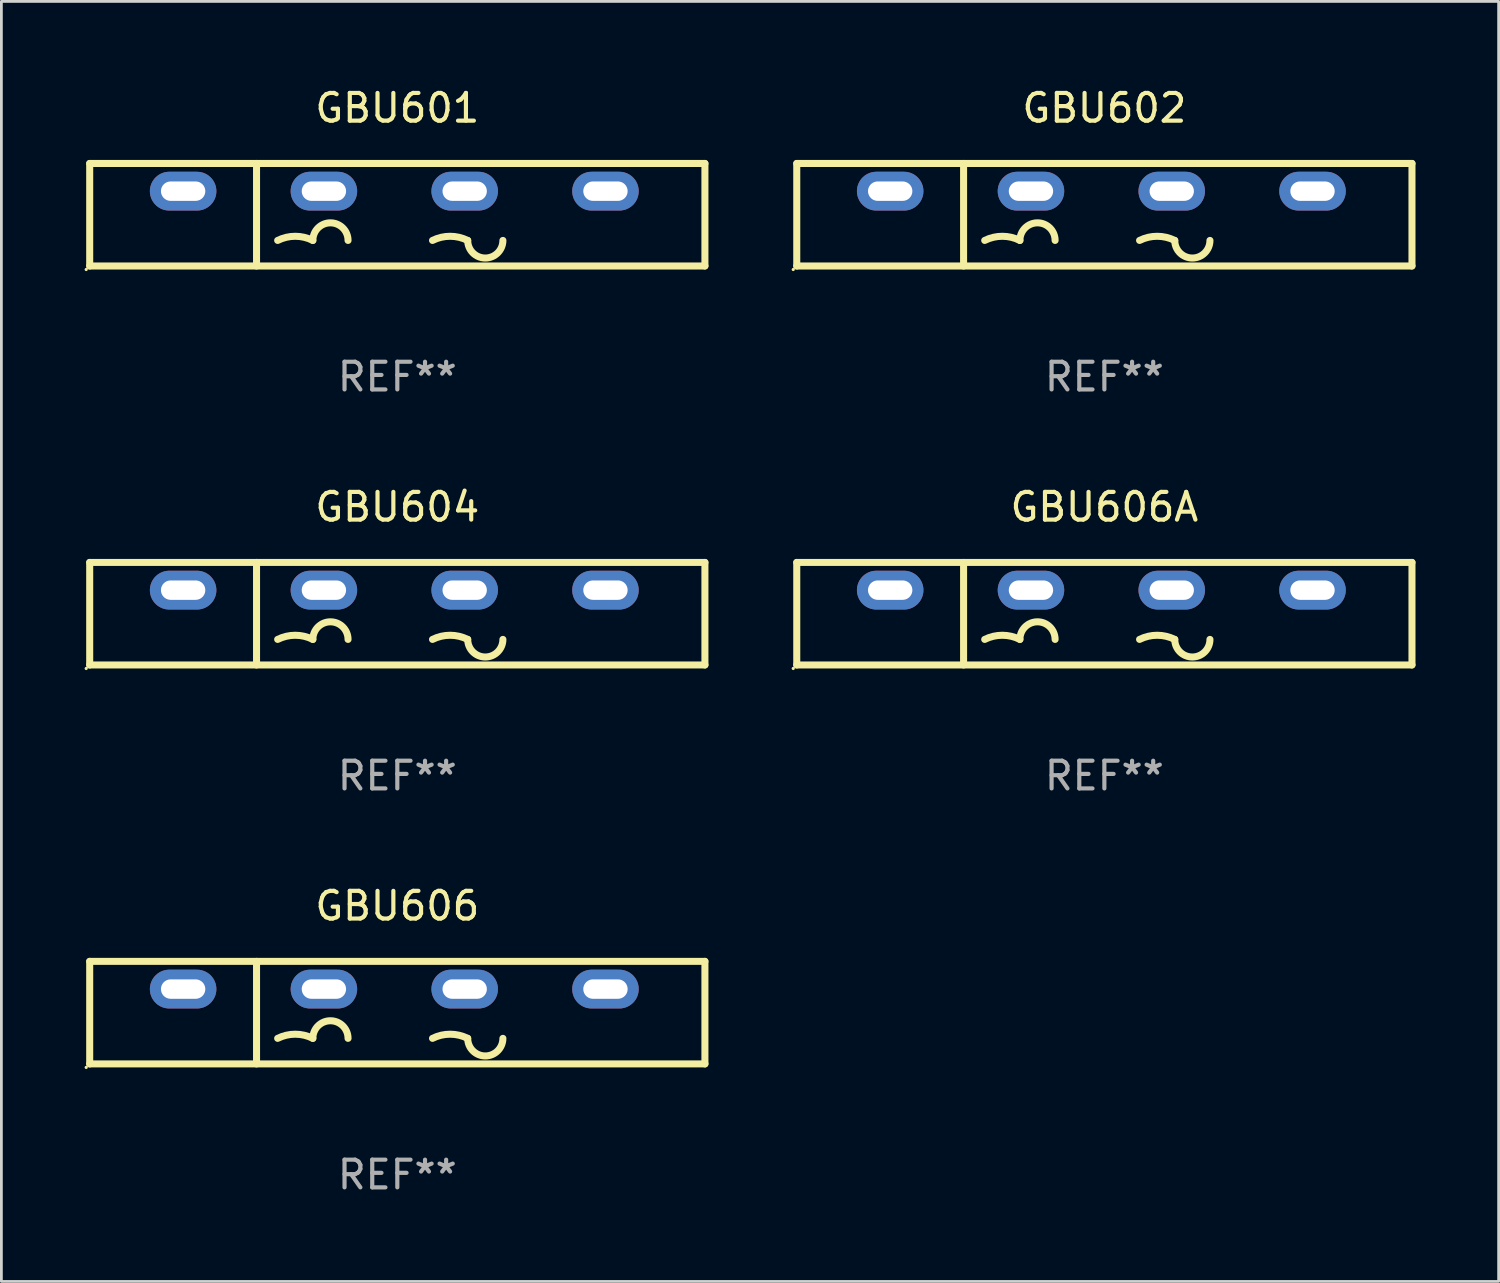
<source format=kicad_pcb>
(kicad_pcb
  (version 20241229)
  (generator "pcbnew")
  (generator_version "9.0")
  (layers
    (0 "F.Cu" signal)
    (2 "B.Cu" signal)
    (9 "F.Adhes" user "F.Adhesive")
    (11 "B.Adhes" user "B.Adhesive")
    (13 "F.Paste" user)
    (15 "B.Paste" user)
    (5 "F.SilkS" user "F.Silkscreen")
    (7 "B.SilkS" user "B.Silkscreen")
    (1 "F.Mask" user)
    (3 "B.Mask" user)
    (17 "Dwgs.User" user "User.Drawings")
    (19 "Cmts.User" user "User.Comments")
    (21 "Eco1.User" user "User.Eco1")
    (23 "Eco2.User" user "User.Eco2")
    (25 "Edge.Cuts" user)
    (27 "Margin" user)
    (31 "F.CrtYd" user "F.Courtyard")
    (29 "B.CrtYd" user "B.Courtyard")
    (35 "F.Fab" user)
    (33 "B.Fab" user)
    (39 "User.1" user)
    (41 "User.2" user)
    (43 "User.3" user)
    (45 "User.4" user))
  (footprint "GBU601"
    (layer "F.Cu")
    (at 11.287 4.698)
    (property "Reference" "GBU601" (at 0 -3.85 0) (layer "F.SilkS") (effects (font (size 1 1) (thickness 0.15))))
    (attr through_hole)
    (fp_line (start -11.1 -1.85) (end 11.1 -1.85) (stroke (width 0.254) (type solid)) (layer "F.SilkS"))
    (fp_line (start -11.1 1.85) (end -11.1 -1.85) (stroke (width 0.254) (type solid)) (layer "F.SilkS"))
    (fp_line (start -5.08 -1.85) (end -5.08 1.85) (stroke (width 0.254) (type solid)) (layer "F.SilkS"))
    (fp_line (start 11.1 -1.85) (end 11.1 1.85) (stroke (width 0.254) (type solid)) (layer "F.SilkS"))
    (fp_line (start 11.1 1.85) (end -11.1 1.85) (stroke (width 0.254) (type solid)) (layer "F.SilkS"))
    (fp_arc (start -4.318009 0.927991) (mid -3.683008 0.778087) (end -3.048007 0.92799) (stroke (width 0.254001) (type solid)) (layer "F.SilkS"))
    (fp_arc (start -3.048006 0.927991) (mid -2.413005 0.29299) (end -1.778004 0.927991) (stroke (width 0.254001) (type solid)) (layer "F.SilkS"))
    (fp_arc (start 1.270003 0.927991) (mid 1.905004 0.778088) (end 2.540005 0.927991) (stroke (width 0.254001) (type solid)) (layer "F.SilkS"))
    (fp_arc (start 3.810008 0.927991) (mid 3.175006 1.562993) (end 2.540004 0.927991) (stroke (width 0.254001) (type solid)) (layer "F.SilkS"))
    (fp_circle (center -11.227 1.977) (end -11.197 1.977) (stroke (width 0.06) (type solid)) (fill no) (layer "F.SilkS"))
    (fp_text user "+" (at -8.549 0.85 0) (layer "B.Mask") (effects (font (size 1 1) (thickness 0.15))))
    (fp_text user "-" (at 6.751 0.85 0) (layer "B.Mask") (effects (font (size 1 1) (thickness 0.15))))
    (fp_text user "REF**" (at 0 5.85 0) (layer "F.Fab") (effects (font (size 1 1) (thickness 0.15))))
    (pad "1" thru_hole oval (at -7.729 -0.85 180) (size 2.4 1.4) (drill oval 1.6 0.7) (layers "*.Cu" "*.Mask"))
    (pad "2" thru_hole oval (at -2.649 -0.85 180) (size 2.4 1.4) (drill oval 1.6 0.7) (layers "*.Cu" "*.Mask"))
    (pad "3" thru_hole oval (at 2.431 -0.85 180) (size 2.4 1.4) (drill oval 1.6 0.7) (layers "*.Cu" "*.Mask"))
    (pad "4" thru_hole oval (at 7.511 -0.85 180) (size 2.4 1.4) (drill oval 1.6 0.7) (layers "*.Cu" "*.Mask")))
  (footprint "GBU604"
    (layer "F.Cu")
    (at 11.287 19.095)
    (property "Reference" "GBU604" (at 0 -3.85 0) (layer "F.SilkS") (effects (font (size 1 1) (thickness 0.15))))
    (attr through_hole)
    (fp_line (start -11.1 -1.85) (end 11.1 -1.85) (stroke (width 0.254) (type solid)) (layer "F.SilkS"))
    (fp_line (start -11.1 1.85) (end -11.1 -1.85) (stroke (width 0.254) (type solid)) (layer "F.SilkS"))
    (fp_line (start -5.08 -1.85) (end -5.08 1.85) (stroke (width 0.254) (type solid)) (layer "F.SilkS"))
    (fp_line (start 11.1 -1.85) (end 11.1 1.85) (stroke (width 0.254) (type solid)) (layer "F.SilkS"))
    (fp_line (start 11.1 1.85) (end -11.1 1.85) (stroke (width 0.254) (type solid)) (layer "F.SilkS"))
    (fp_arc (start -4.318009 0.927991) (mid -3.683008 0.778087) (end -3.048007 0.92799) (stroke (width 0.254001) (type solid)) (layer "F.SilkS"))
    (fp_arc (start -3.048006 0.927991) (mid -2.413005 0.29299) (end -1.778004 0.927991) (stroke (width 0.254001) (type solid)) (layer "F.SilkS"))
    (fp_arc (start 1.270003 0.927991) (mid 1.905004 0.778088) (end 2.540005 0.927991) (stroke (width 0.254001) (type solid)) (layer "F.SilkS"))
    (fp_arc (start 3.810008 0.927991) (mid 3.175006 1.562993) (end 2.540004 0.927991) (stroke (width 0.254001) (type solid)) (layer "F.SilkS"))
    (fp_circle (center -11.227 1.977) (end -11.197 1.977) (stroke (width 0.06) (type solid)) (fill no) (layer "F.SilkS"))
    (fp_text user "+" (at -8.549 0.85 0) (layer "B.Mask") (effects (font (size 1 1) (thickness 0.15))))
    (fp_text user "-" (at 6.751 0.85 0) (layer "B.Mask") (effects (font (size 1 1) (thickness 0.15))))
    (fp_text user "REF**" (at 0 5.85 0) (layer "F.Fab") (effects (font (size 1 1) (thickness 0.15))))
    (pad "1" thru_hole oval (at -7.729 -0.85 180) (size 2.4 1.4) (drill oval 1.6 0.7) (layers "*.Cu" "*.Mask"))
    (pad "2" thru_hole oval (at -2.649 -0.85 180) (size 2.4 1.4) (drill oval 1.6 0.7) (layers "*.Cu" "*.Mask"))
    (pad "3" thru_hole oval (at 2.431 -0.85 180) (size 2.4 1.4) (drill oval 1.6 0.7) (layers "*.Cu" "*.Mask"))
    (pad "4" thru_hole oval (at 7.511 -0.85 180) (size 2.4 1.4) (drill oval 1.6 0.7) (layers "*.Cu" "*.Mask")))
  (footprint "GBU606A"
    (layer "F.Cu")
    (at 36.801 19.095)
    (property "Reference" "GBU606A" (at 0 -3.85 0) (layer "F.SilkS") (effects (font (size 1 1) (thickness 0.15))))
    (attr through_hole)
    (fp_line (start -11.1 -1.85) (end 11.1 -1.85) (stroke (width 0.254) (type solid)) (layer "F.SilkS"))
    (fp_line (start -11.1 1.85) (end -11.1 -1.85) (stroke (width 0.254) (type solid)) (layer "F.SilkS"))
    (fp_line (start -5.08 -1.85) (end -5.08 1.85) (stroke (width 0.254) (type solid)) (layer "F.SilkS"))
    (fp_line (start 11.1 -1.85) (end 11.1 1.85) (stroke (width 0.254) (type solid)) (layer "F.SilkS"))
    (fp_line (start 11.1 1.85) (end -11.1 1.85) (stroke (width 0.254) (type solid)) (layer "F.SilkS"))
    (fp_arc (start -4.318009 0.927991) (mid -3.683008 0.778087) (end -3.048007 0.92799) (stroke (width 0.254001) (type solid)) (layer "F.SilkS"))
    (fp_arc (start -3.048006 0.927991) (mid -2.413005 0.29299) (end -1.778004 0.927991) (stroke (width 0.254001) (type solid)) (layer "F.SilkS"))
    (fp_arc (start 1.270003 0.927991) (mid 1.905004 0.778088) (end 2.540005 0.927991) (stroke (width 0.254001) (type solid)) (layer "F.SilkS"))
    (fp_arc (start 3.810008 0.927991) (mid 3.175006 1.562993) (end 2.540004 0.927991) (stroke (width 0.254001) (type solid)) (layer "F.SilkS"))
    (fp_circle (center -11.227 1.977) (end -11.197 1.977) (stroke (width 0.06) (type solid)) (fill no) (layer "F.SilkS"))
    (fp_text user "-" (at 6.751 0.85 0) (layer "B.Mask") (effects (font (size 1 1) (thickness 0.15))))
    (fp_text user "+" (at -8.549 0.85 0) (layer "B.Mask") (effects (font (size 1 1) (thickness 0.15))))
    (fp_text user "REF**" (at 0 5.85 0) (layer "F.Fab") (effects (font (size 1 1) (thickness 0.15))))
    (pad "1" thru_hole oval (at -7.729 -0.85 180) (size 2.4 1.4) (drill oval 1.6 0.7) (layers "*.Cu" "*.Mask"))
    (pad "2" thru_hole oval (at -2.649 -0.85 180) (size 2.4 1.4) (drill oval 1.6 0.7) (layers "*.Cu" "*.Mask"))
    (pad "3" thru_hole oval (at 2.431 -0.85 180) (size 2.4 1.4) (drill oval 1.6 0.7) (layers "*.Cu" "*.Mask"))
    (pad "4" thru_hole oval (at 7.511 -0.85 180) (size 2.4 1.4) (drill oval 1.6 0.7) (layers "*.Cu" "*.Mask")))
  (footprint "GBU602"
    (layer "F.Cu")
    (at 36.801 4.698)
    (property "Reference" "GBU602" (at 0 -3.85 0) (layer "F.SilkS") (effects (font (size 1 1) (thickness 0.15))))
    (attr through_hole)
    (fp_line (start -11.1 -1.85) (end 11.1 -1.85) (stroke (width 0.254) (type solid)) (layer "F.SilkS"))
    (fp_line (start -11.1 1.85) (end -11.1 -1.85) (stroke (width 0.254) (type solid)) (layer "F.SilkS"))
    (fp_line (start -5.08 -1.85) (end -5.08 1.85) (stroke (width 0.254) (type solid)) (layer "F.SilkS"))
    (fp_line (start 11.1 -1.85) (end 11.1 1.85) (stroke (width 0.254) (type solid)) (layer "F.SilkS"))
    (fp_line (start 11.1 1.85) (end -11.1 1.85) (stroke (width 0.254) (type solid)) (layer "F.SilkS"))
    (fp_arc (start -4.318009 0.927991) (mid -3.683008 0.778087) (end -3.048007 0.92799) (stroke (width 0.254001) (type solid)) (layer "F.SilkS"))
    (fp_arc (start -3.048006 0.927991) (mid -2.413005 0.29299) (end -1.778004 0.927991) (stroke (width 0.254001) (type solid)) (layer "F.SilkS"))
    (fp_arc (start 1.270003 0.927991) (mid 1.905004 0.778088) (end 2.540005 0.927991) (stroke (width 0.254001) (type solid)) (layer "F.SilkS"))
    (fp_arc (start 3.810008 0.927991) (mid 3.175006 1.562993) (end 2.540004 0.927991) (stroke (width 0.254001) (type solid)) (layer "F.SilkS"))
    (fp_circle (center -11.227 1.977) (end -11.197 1.977) (stroke (width 0.06) (type solid)) (fill no) (layer "F.SilkS"))
    (fp_text user "-" (at 6.751 0.85 0) (layer "B.Mask") (effects (font (size 1 1) (thickness 0.15))))
    (fp_text user "+" (at -8.549 0.85 0) (layer "B.Mask") (effects (font (size 1 1) (thickness 0.15))))
    (fp_text user "REF**" (at 0 5.85 0) (layer "F.Fab") (effects (font (size 1 1) (thickness 0.15))))
    (pad "1" thru_hole oval (at -7.729 -0.85 180) (size 2.4 1.4) (drill oval 1.6 0.7) (layers "*.Cu" "*.Mask"))
    (pad "2" thru_hole oval (at -2.649 -0.85 180) (size 2.4 1.4) (drill oval 1.6 0.7) (layers "*.Cu" "*.Mask"))
    (pad "3" thru_hole oval (at 2.431 -0.85 180) (size 2.4 1.4) (drill oval 1.6 0.7) (layers "*.Cu" "*.Mask"))
    (pad "4" thru_hole oval (at 7.511 -0.85 180) (size 2.4 1.4) (drill oval 1.6 0.7) (layers "*.Cu" "*.Mask")))
  (footprint "GBU606"
    (layer "F.Cu")
    (at 11.287 33.491)
    (property "Reference" "GBU606" (at 0 -3.85 0) (layer "F.SilkS") (effects (font (size 1 1) (thickness 0.15))))
    (attr through_hole)
    (fp_line (start -11.1 -1.85) (end 11.1 -1.85) (stroke (width 0.254) (type solid)) (layer "F.SilkS"))
    (fp_line (start -11.1 1.85) (end -11.1 -1.85) (stroke (width 0.254) (type solid)) (layer "F.SilkS"))
    (fp_line (start -5.08 -1.85) (end -5.08 1.85) (stroke (width 0.254) (type solid)) (layer "F.SilkS"))
    (fp_line (start 11.1 -1.85) (end 11.1 1.85) (stroke (width 0.254) (type solid)) (layer "F.SilkS"))
    (fp_line (start 11.1 1.85) (end -11.1 1.85) (stroke (width 0.254) (type solid)) (layer "F.SilkS"))
    (fp_arc (start -4.318009 0.927991) (mid -3.683008 0.778087) (end -3.048007 0.92799) (stroke (width 0.254001) (type solid)) (layer "F.SilkS"))
    (fp_arc (start -3.048006 0.927991) (mid -2.413005 0.29299) (end -1.778004 0.927991) (stroke (width 0.254001) (type solid)) (layer "F.SilkS"))
    (fp_arc (start 1.270003 0.927991) (mid 1.905004 0.778088) (end 2.540005 0.927991) (stroke (width 0.254001) (type solid)) (layer "F.SilkS"))
    (fp_arc (start 3.810008 0.927991) (mid 3.175006 1.562993) (end 2.540004 0.927991) (stroke (width 0.254001) (type solid)) (layer "F.SilkS"))
    (fp_circle (center -11.227 1.977) (end -11.197 1.977) (stroke (width 0.06) (type solid)) (fill no) (layer "F.SilkS"))
    (fp_text user "-" (at 6.751 0.85 0) (layer "B.Mask") (effects (font (size 1 1) (thickness 0.15))))
    (fp_text user "+" (at -8.549 0.85 0) (layer "B.Mask") (effects (font (size 1 1) (thickness 0.15))))
    (fp_text user "REF**" (at 0 5.85 0) (layer "F.Fab") (effects (font (size 1 1) (thickness 0.15))))
    (pad "1" thru_hole oval (at -7.729 -0.85 180) (size 2.4 1.4) (drill oval 1.6 0.7) (layers "*.Cu" "*.Mask"))
    (pad "2" thru_hole oval (at -2.649 -0.85 180) (size 2.4 1.4) (drill oval 1.6 0.7) (layers "*.Cu" "*.Mask"))
    (pad "3" thru_hole oval (at 2.431 -0.85 180) (size 2.4 1.4) (drill oval 1.6 0.7) (layers "*.Cu" "*.Mask"))
    (pad "4" thru_hole oval (at 7.511 -0.85 180) (size 2.4 1.4) (drill oval 1.6 0.7) (layers "*.Cu" "*.Mask")))
  (gr_rect
    (start -3 -3)
    (end 51.028 43.19)
    (stroke (width 0.1) (type default))
    (fill no)
    (layer "Edge.Cuts")))
</source>
